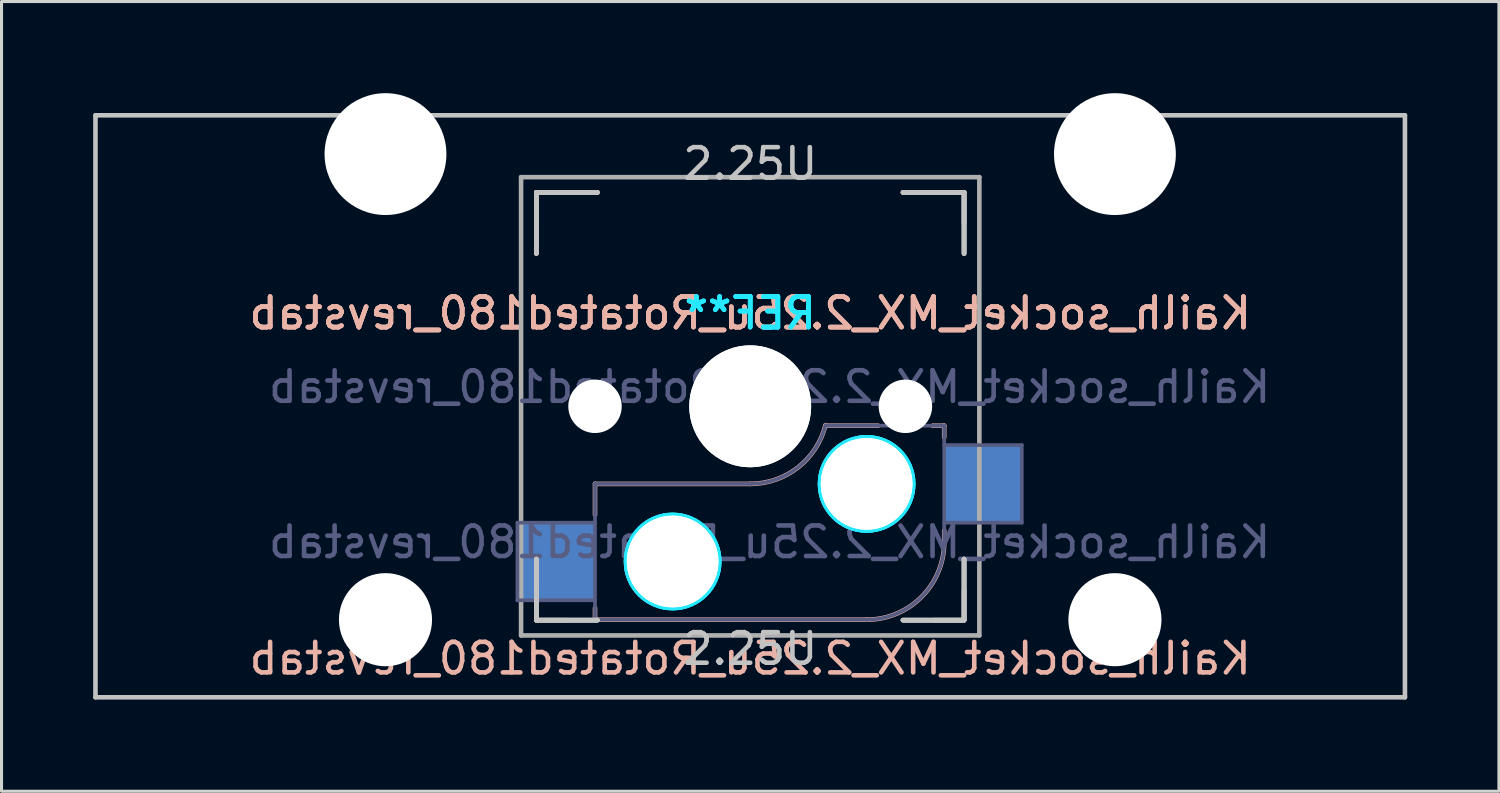
<source format=kicad_pcb>
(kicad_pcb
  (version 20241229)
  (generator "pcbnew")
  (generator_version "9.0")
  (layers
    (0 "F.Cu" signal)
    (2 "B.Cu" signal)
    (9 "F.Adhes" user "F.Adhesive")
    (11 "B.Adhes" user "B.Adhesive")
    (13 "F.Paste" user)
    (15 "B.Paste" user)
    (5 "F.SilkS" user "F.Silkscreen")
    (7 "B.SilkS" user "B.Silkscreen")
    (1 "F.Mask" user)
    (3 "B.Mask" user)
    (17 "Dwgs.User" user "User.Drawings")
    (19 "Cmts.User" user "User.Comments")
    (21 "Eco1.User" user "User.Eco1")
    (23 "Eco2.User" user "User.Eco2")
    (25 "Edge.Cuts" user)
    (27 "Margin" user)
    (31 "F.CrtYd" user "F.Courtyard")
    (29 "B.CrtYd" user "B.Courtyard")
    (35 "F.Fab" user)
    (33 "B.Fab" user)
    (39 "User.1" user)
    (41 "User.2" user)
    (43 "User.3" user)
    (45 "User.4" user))
  (footprint "Kailh_socket_MX_2.25u_Rotated180_revstab"
    (layer "F.Cu")
    (at 21.506 10.249)
    (property "Reference" "Kailh_socket_MX_2.25u_Rotated180_revstab" (at 0 8.255 180) (layer "B.SilkS") (effects (font (size 1 1) (thickness 0.15)) (justify mirror)))
    (property "Value" "Kailh_socket_MX_2.25u_Rotated180_revstab" (at 0 8.255 0) (layer "F.Fab") (hide yes) (effects (font (size 1 1) (thickness 0.15))))
    (attr smd)
    (fp_line (start -7 -6) (end -7 -7) (stroke (width 0.15) (type solid)) (layer "F.SilkS"))
    (fp_line (start -7 7) (end -7 6) (stroke (width 0.15) (type solid)) (layer "F.SilkS"))
    (fp_line (start -7 7) (end -6 7) (stroke (width 0.15) (type solid)) (layer "F.SilkS"))
    (fp_line (start -6 -7) (end -7 -7) (stroke (width 0.15) (type solid)) (layer "F.SilkS"))
    (fp_line (start 6 7) (end 7 7) (stroke (width 0.15) (type solid)) (layer "F.SilkS"))
    (fp_line (start 7 -7) (end 6 -7) (stroke (width 0.15) (type solid)) (layer "F.SilkS"))
    (fp_line (start 7 -7) (end 7 -6) (stroke (width 0.15) (type solid)) (layer "F.SilkS"))
    (fp_line (start 7 6) (end 7 7) (stroke (width 0.15) (type solid)) (layer "F.SilkS"))
    (fp_line (start -5.08 2.54) (end 0 2.54) (stroke (width 0.15) (type solid)) (layer "B.SilkS"))
    (fp_line (start -5.08 3.556) (end -5.08 2.54) (stroke (width 0.15) (type solid)) (layer "B.SilkS"))
    (fp_line (start -5.08 6.985) (end -5.08 6.604) (stroke (width 0.15) (type solid)) (layer "B.SilkS"))
    (fp_line (start 2.464 0.635) (end 4.191 0.635) (stroke (width 0.15) (type solid)) (layer "B.SilkS"))
    (fp_line (start 3.81 6.985) (end -5.08 6.985) (stroke (width 0.15) (type solid)) (layer "B.SilkS"))
    (fp_line (start 5.969 0.635) (end 6.35 0.635) (stroke (width 0.15) (type solid)) (layer "B.SilkS"))
    (fp_line (start 6.35 1.016) (end 6.35 0.635) (stroke (width 0.15) (type solid)) (layer "B.SilkS"))
    (fp_line (start 6.35 4.445) (end 6.35 4.064) (stroke (width 0.15) (type solid)) (layer "B.SilkS"))
    (fp_arc (start 2.464162 0.61604) (mid 1.563147 2.002042) (end 0 2.54) (stroke (width 0.15) (type solid)) (layer "B.SilkS"))
    (fp_arc (start 6.35 4.445) (mid 5.606051 6.241051) (end 3.81 6.985) (stroke (width 0.15) (type solid)) (layer "B.SilkS"))
    (fp_line (start -21.431 -9.525) (end 21.431 -9.525) (stroke (width 0.15) (type solid)) (layer "Dwgs.User"))
    (fp_line (start -21.431 9.525) (end -21.431 -9.525) (stroke (width 0.15) (type solid)) (layer "Dwgs.User"))
    (fp_line (start -7 -7) (end -7 -5) (stroke (width 0.15) (type solid)) (layer "Dwgs.User"))
    (fp_line (start -7 -7) (end -7 -5) (stroke (width 0.15) (type solid)) (layer "Dwgs.User"))
    (fp_line (start -7 -7) (end -7 -5) (stroke (width 0.15) (type solid)) (layer "Dwgs.User"))
    (fp_line (start -7 -7) (end -7 -5) (stroke (width 0.15) (type solid)) (layer "Dwgs.User"))
    (fp_line (start -7 5) (end -7 7) (stroke (width 0.15) (type solid)) (layer "Dwgs.User"))
    (fp_line (start -7 7) (end -7 5) (stroke (width 0.15) (type solid)) (layer "Dwgs.User"))
    (fp_line (start -7 7) (end -7 5) (stroke (width 0.15) (type solid)) (layer "Dwgs.User"))
    (fp_line (start -7 7) (end -7 5) (stroke (width 0.15) (type solid)) (layer "Dwgs.User"))
    (fp_line (start -7 7) (end -5 7) (stroke (width 0.15) (type solid)) (layer "Dwgs.User"))
    (fp_line (start -5 -7) (end -7 -7) (stroke (width 0.15) (type solid)) (layer "Dwgs.User"))
    (fp_line (start -5 -7) (end -7 -7) (stroke (width 0.15) (type solid)) (layer "Dwgs.User"))
    (fp_line (start -5 -7) (end -7 -7) (stroke (width 0.15) (type solid)) (layer "Dwgs.User"))
    (fp_line (start -5 -7) (end -7 -7) (stroke (width 0.15) (type solid)) (layer "Dwgs.User"))
    (fp_line (start -5 7) (end -7 7) (stroke (width 0.15) (type solid)) (layer "Dwgs.User"))
    (fp_line (start -5 7) (end -7 7) (stroke (width 0.15) (type solid)) (layer "Dwgs.User"))
    (fp_line (start -5 7) (end -7 7) (stroke (width 0.15) (type solid)) (layer "Dwgs.User"))
    (fp_line (start 5 -7) (end 7 -7) (stroke (width 0.15) (type solid)) (layer "Dwgs.User"))
    (fp_line (start 5 7) (end 7 7) (stroke (width 0.15) (type solid)) (layer "Dwgs.User"))
    (fp_line (start 5 7) (end 7 7) (stroke (width 0.15) (type solid)) (layer "Dwgs.User"))
    (fp_line (start 5 7) (end 7 7) (stroke (width 0.15) (type solid)) (layer "Dwgs.User"))
    (fp_line (start 5 7) (end 7 7) (stroke (width 0.15) (type solid)) (layer "Dwgs.User"))
    (fp_line (start 7 -7) (end 5 -7) (stroke (width 0.15) (type solid)) (layer "Dwgs.User"))
    (fp_line (start 7 -7) (end 5 -7) (stroke (width 0.15) (type solid)) (layer "Dwgs.User"))
    (fp_line (start 7 -7) (end 5 -7) (stroke (width 0.15) (type solid)) (layer "Dwgs.User"))
    (fp_line (start 7 -7) (end 7 -5) (stroke (width 0.15) (type solid)) (layer "Dwgs.User"))
    (fp_line (start 7 -5) (end 7 -7) (stroke (width 0.15) (type solid)) (layer "Dwgs.User"))
    (fp_line (start 7 -5) (end 7 -7) (stroke (width 0.15) (type solid)) (layer "Dwgs.User"))
    (fp_line (start 7 -5) (end 7 -7) (stroke (width 0.15) (type solid)) (layer "Dwgs.User"))
    (fp_line (start 7 7) (end 7 5) (stroke (width 0.15) (type solid)) (layer "Dwgs.User"))
    (fp_line (start 7 7) (end 7 5) (stroke (width 0.15) (type solid)) (layer "Dwgs.User"))
    (fp_line (start 7 7) (end 7 5) (stroke (width 0.15) (type solid)) (layer "Dwgs.User"))
    (fp_line (start 7 7) (end 7 5) (stroke (width 0.15) (type solid)) (layer "Dwgs.User"))
    (fp_line (start 21.431 -9.525) (end 21.431 9.525) (stroke (width 0.15) (type solid)) (layer "Dwgs.User"))
    (fp_line (start 21.431 9.525) (end -21.431 9.525) (stroke (width 0.15) (type solid)) (layer "Dwgs.User"))
    (fp_line (start -6.9 6.9) (end -6.9 -6.9) (stroke (width 0.15) (type solid)) (layer "Eco2.User"))
    (fp_line (start -6.9 6.9) (end 6.9 6.9) (stroke (width 0.15) (type solid)) (layer "Eco2.User"))
    (fp_line (start 6.9 -6.9) (end -6.9 -6.9) (stroke (width 0.15) (type solid)) (layer "Eco2.User"))
    (fp_line (start 6.9 -6.9) (end 6.9 6.9) (stroke (width 0.15) (type solid)) (layer "Eco2.User"))
    (fp_circle (center -2.54 5.08) (end -2.54 6.604) (stroke (width 0.15) (type solid)) (fill no) (layer "B.CrtYd"))
    (fp_circle (center -2.54 5.08) (end -2.54 6.604) (stroke (width 0.15) (type solid)) (fill no) (layer "B.CrtYd"))
    (fp_circle (center -2.54 5.08) (end -2.54 6.604) (stroke (width 0.15) (type solid)) (fill no) (layer "B.CrtYd"))
    (fp_circle (center 3.81 2.54) (end 3.81 4.064) (stroke (width 0.15) (type solid)) (fill no) (layer "B.CrtYd"))
    (fp_circle (center 3.81 2.54) (end 3.81 4.064) (stroke (width 0.15) (type solid)) (fill no) (layer "B.CrtYd"))
    (fp_circle (center 3.81 2.54) (end 3.81 4.064) (stroke (width 0.15) (type solid)) (fill no) (layer "B.CrtYd"))
    (fp_line (start -7.62 3.81) (end -5.08 3.81) (stroke (width 0.12) (type solid)) (layer "B.Fab"))
    (fp_line (start -7.62 6.35) (end -7.62 3.81) (stroke (width 0.12) (type solid)) (layer "B.Fab"))
    (fp_line (start -5.08 2.54) (end 0 2.54) (stroke (width 0.12) (type solid)) (layer "B.Fab"))
    (fp_line (start -5.08 6.35) (end -7.62 6.35) (stroke (width 0.12) (type solid)) (layer "B.Fab"))
    (fp_line (start -5.08 6.985) (end -5.08 2.54) (stroke (width 0.12) (type solid)) (layer "B.Fab"))
    (fp_line (start 3.81 6.985) (end -5.08 6.985) (stroke (width 0.12) (type solid)) (layer "B.Fab"))
    (fp_line (start 6.35 0.635) (end 2.54 0.635) (stroke (width 0.12) (type solid)) (layer "B.Fab"))
    (fp_line (start 6.35 0.635) (end 6.35 4.445) (stroke (width 0.12) (type solid)) (layer "B.Fab"))
    (fp_line (start 6.35 1.27) (end 8.89 1.27) (stroke (width 0.12) (type solid)) (layer "B.Fab"))
    (fp_line (start 8.89 1.27) (end 8.89 3.81) (stroke (width 0.12) (type solid)) (layer "B.Fab"))
    (fp_line (start 8.89 3.81) (end 6.35 3.81) (stroke (width 0.12) (type solid)) (layer "B.Fab"))
    (fp_arc (start 2.464162 0.61604) (mid 1.563147 2.002042) (end 0 2.54) (stroke (width 0.12) (type solid)) (layer "B.Fab"))
    (fp_arc (start 6.35 4.445) (mid 5.606051 6.241051) (end 3.81 6.985) (stroke (width 0.12) (type solid)) (layer "B.Fab"))
    (fp_line (start -7.5 -7.5) (end 7.5 -7.5) (stroke (width 0.15) (type solid)) (layer "F.Fab"))
    (fp_line (start -7.5 7.5) (end -7.5 -7.5) (stroke (width 0.15) (type solid)) (layer "F.Fab"))
    (fp_line (start 7.5 -7.5) (end 7.5 7.5) (stroke (width 0.15) (type solid)) (layer "F.Fab"))
    (fp_line (start 7.5 7.5) (end -7.5 7.5) (stroke (width 0.15) (type solid)) (layer "F.Fab"))
    (fp_text user "${REFERENCE}" (at 0 -3.048 180) (layer "B.SilkS") (effects (font (size 1 1) (thickness 0.15)) (justify mirror)))
    (fp_text user "${REFERENCE}" (at 0 -3.048 180) (layer "B.SilkS") (effects (font (size 1 1) (thickness 0.15)) (justify mirror)))
    (fp_text user "${REFERENCE}" (at 0 -3.048 180) (layer "B.SilkS") (effects (font (size 1 1) (thickness 0.15)) (justify mirror)))
    (fp_text user "2.25U" (at 0 -7.938 0) (layer "Dwgs.User") (effects (font (size 1 1) (thickness 0.15))))
    (fp_text user "2.25U" (at 0 7.938 180) (layer "Dwgs.User") (effects (font (size 1 1) (thickness 0.15))))
    (fp_text user "REF**" (at 0 -3.048 180) (layer "B.CrtYd") (effects (font (size 1 1) (thickness 0.15)) (justify mirror)))
    (fp_text user "REF**" (at 0 -3.048 180) (layer "B.CrtYd") (effects (font (size 1 1) (thickness 0.15)) (justify mirror)))
    (fp_text user "REF**" (at 0 -3.048 180) (layer "B.CrtYd") (effects (font (size 1 1) (thickness 0.15)) (justify mirror)))
    (fp_text user "${REFERENCE}" (at 0.635 4.445 180) (layer "B.Fab") (effects (font (size 1 1) (thickness 0.15)) (justify mirror)))
    (fp_text user "${VALUE}" (at 0.635 -0.635 180) (layer "B.Fab") (effects (font (size 1 1) (thickness 0.15)) (justify mirror)))
    (pad "" np_thru_hole circle (at -11.938 -8.255) (size 3.988 3.988) (drill 3.988) (layers "*.Cu" "*.Mask"))
    (pad "" np_thru_hole circle (at -11.938 6.985) (size 3.048 3.048) (drill 3.048) (layers "*.Cu" "*.Mask"))
    (pad "" np_thru_hole circle (at -5.08 0 180) (size 1.702 1.702) (drill 1.702) (layers "*.Cu" "*.Mask"))
    (pad "" np_thru_hole circle (at -5.08 0 228.1) (size 1.75 1.75) (drill 1.75) (layers "*.Cu" "*.Mask"))
    (pad "" np_thru_hole circle (at -2.54 5.08 180) (size 3 3) (drill 3) (layers "*.Cu" "*.Mask"))
    (pad "" np_thru_hole circle (at -2.54 5.08 180) (size 3 3) (drill 3) (layers "*.Cu" "*.Mask"))
    (pad "" np_thru_hole circle (at 0 0 180) (size 3.988 3.988) (drill 3.988) (layers "*.Cu" "*.Mask"))
    (pad "" np_thru_hole circle (at 0 0 180) (size 3.988 3.988) (drill 3.988) (layers "*.Cu" "*.Mask"))
    (pad "" np_thru_hole circle (at 3.81 2.54 180) (size 3 3) (drill 3) (layers "*.Cu" "*.Mask"))
    (pad "" np_thru_hole circle (at 3.81 2.54 180) (size 3 3) (drill 3) (layers "*.Cu" "*.Mask"))
    (pad "" np_thru_hole circle (at 5.08 0 180) (size 1.702 1.702) (drill 1.702) (layers "*.Cu" "*.Mask"))
    (pad "" np_thru_hole circle (at 5.08 0 228.1) (size 1.75 1.75) (drill 1.75) (layers "*.Cu" "*.Mask"))
    (pad "" np_thru_hole circle (at 11.938 -8.255) (size 3.988 3.988) (drill 3.988) (layers "*.Cu" "*.Mask"))
    (pad "" np_thru_hole circle (at 11.938 6.985) (size 3.048 3.048) (drill 3.048) (layers "*.Cu" "*.Mask"))
    (pad "1" smd rect (at 7.62 2.54 180) (size 2.55 2.5) (layers "B.Cu" "B.Mask" "B.Paste"))
    (pad "2" smd rect (at -6.35 5.08 180) (size 2.55 2.5) (layers "B.Cu" "B.Mask" "B.Paste")))
  (gr_rect
    (start -3 -3)
    (end 46.013 22.849)
    (stroke (width 0.1) (type default))
    (fill no)
    (layer "Edge.Cuts")))
</source>
